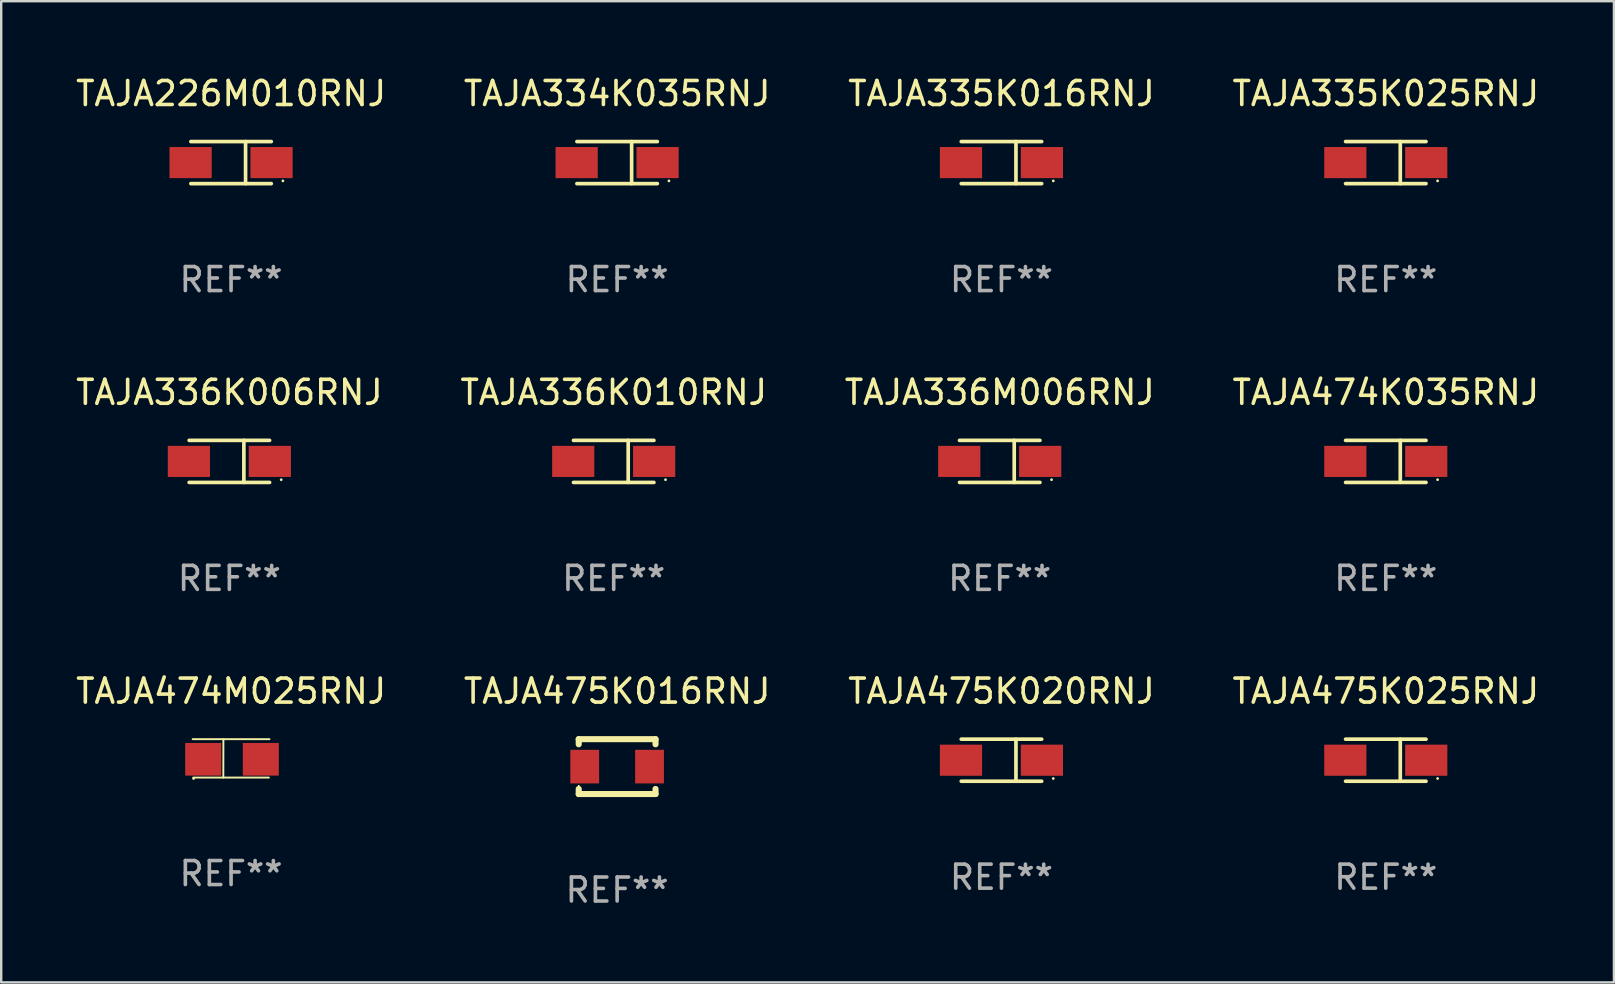
<source format=kicad_pcb>
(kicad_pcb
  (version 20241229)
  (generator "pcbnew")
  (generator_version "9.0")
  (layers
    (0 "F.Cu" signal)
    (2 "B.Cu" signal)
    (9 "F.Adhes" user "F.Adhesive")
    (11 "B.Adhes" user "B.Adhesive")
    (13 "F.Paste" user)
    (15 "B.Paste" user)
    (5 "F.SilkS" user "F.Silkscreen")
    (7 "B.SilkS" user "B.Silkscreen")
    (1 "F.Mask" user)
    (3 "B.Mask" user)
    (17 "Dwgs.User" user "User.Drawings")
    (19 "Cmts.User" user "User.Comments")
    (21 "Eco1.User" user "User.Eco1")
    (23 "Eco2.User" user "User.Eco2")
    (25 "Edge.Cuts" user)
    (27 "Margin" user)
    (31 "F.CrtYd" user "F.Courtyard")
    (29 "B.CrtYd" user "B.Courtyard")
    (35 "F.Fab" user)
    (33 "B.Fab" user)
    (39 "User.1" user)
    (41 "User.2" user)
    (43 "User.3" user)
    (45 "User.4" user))
  (footprint "TAJA335K016RNJ"
    (layer "F.Cu")
    (at 38.673 3.724)
    (property "Reference" "TAJA335K016RNJ" (at 0 -2.876 0) (layer "F.SilkS") (effects (font (size 1 1) (thickness 0.15))))
    (attr through_hole)
    (fp_line (start -1.676 -0.876) (end 1.676 -0.876) (stroke (width 0.152) (type solid)) (layer "F.SilkS"))
    (fp_line (start -1.676 0.876) (end 1.676 0.876) (stroke (width 0.152) (type solid)) (layer "F.SilkS"))
    (fp_line (start 0.604 -0.876) (end 0.604 0.876) (stroke (width 0.152) (type solid)) (layer "F.SilkS"))
    (fp_circle (center 2.159 0.762) (end 2.189 0.762) (stroke (width 0.06) (type solid)) (fill no) (layer "F.SilkS"))
    (fp_text user "REF**" (at 0 4.876 0) (layer "F.Fab") (effects (font (size 1 1) (thickness 0.15))))
    (pad "1" smd rect (at 1.686 0) (size 1.758 1.296) (layers "F.Cu" "F.Mask" "F.Paste"))
    (pad "2" smd rect (at -1.686 0) (size 1.758 1.296) (layers "F.Cu" "F.Mask" "F.Paste")))
  (footprint "TAJA335K025RNJ"
    (layer "F.Cu")
    (at 54.685 3.724)
    (property "Reference" "TAJA335K025RNJ" (at 0 -2.876 0) (layer "F.SilkS") (effects (font (size 1 1) (thickness 0.15))))
    (attr through_hole)
    (fp_line (start -1.676 -0.876) (end 1.676 -0.876) (stroke (width 0.152) (type solid)) (layer "F.SilkS"))
    (fp_line (start -1.676 0.876) (end 1.676 0.876) (stroke (width 0.152) (type solid)) (layer "F.SilkS"))
    (fp_line (start 0.604 -0.876) (end 0.604 0.876) (stroke (width 0.152) (type solid)) (layer "F.SilkS"))
    (fp_circle (center 2.159 0.762) (end 2.189 0.762) (stroke (width 0.06) (type solid)) (fill no) (layer "F.SilkS"))
    (fp_text user "REF**" (at 0 4.876 0) (layer "F.Fab") (effects (font (size 1 1) (thickness 0.15))))
    (pad "1" smd rect (at 1.686 0) (size 1.758 1.296) (layers "F.Cu" "F.Mask" "F.Paste"))
    (pad "2" smd rect (at -1.686 0) (size 1.758 1.296) (layers "F.Cu" "F.Mask" "F.Paste")))
  (footprint "TAJA226M010RNJ"
    (layer "F.Cu")
    (at 6.577 3.724)
    (property "Reference" "TAJA226M010RNJ" (at 0 -2.876 0) (layer "F.SilkS") (effects (font (size 1 1) (thickness 0.15))))
    (attr through_hole)
    (fp_line (start -1.676 -0.876) (end 1.676 -0.876) (stroke (width 0.152) (type solid)) (layer "F.SilkS"))
    (fp_line (start -1.676 0.876) (end 1.676 0.876) (stroke (width 0.152) (type solid)) (layer "F.SilkS"))
    (fp_line (start 0.604 -0.876) (end 0.604 0.876) (stroke (width 0.152) (type solid)) (layer "F.SilkS"))
    (fp_circle (center 2.159 0.762) (end 2.189 0.762) (stroke (width 0.06) (type solid)) (fill no) (layer "F.SilkS"))
    (fp_text user "REF**" (at 0 4.876 0) (layer "F.Fab") (effects (font (size 1 1) (thickness 0.15))))
    (pad "1" smd rect (at 1.686 0) (size 1.758 1.296) (layers "F.Cu" "F.Mask" "F.Paste"))
    (pad "2" smd rect (at -1.686 0) (size 1.758 1.296) (layers "F.Cu" "F.Mask" "F.Paste")))
  (footprint "TAJA475K020RNJ"
    (layer "F.Cu")
    (at 38.673 28.622)
    (property "Reference" "TAJA475K020RNJ" (at 0 -2.876 0) (layer "F.SilkS") (effects (font (size 1 1) (thickness 0.15))))
    (attr through_hole)
    (fp_line (start -1.676 -0.876) (end 1.676 -0.876) (stroke (width 0.152) (type solid)) (layer "F.SilkS"))
    (fp_line (start -1.676 0.876) (end 1.676 0.876) (stroke (width 0.152) (type solid)) (layer "F.SilkS"))
    (fp_line (start 0.604 -0.876) (end 0.604 0.876) (stroke (width 0.152) (type solid)) (layer "F.SilkS"))
    (fp_circle (center 2.159 0.762) (end 2.189 0.762) (stroke (width 0.06) (type solid)) (fill no) (layer "F.SilkS"))
    (fp_text user "REF**" (at 0 4.876 0) (layer "F.Fab") (effects (font (size 1 1) (thickness 0.15))))
    (pad "1" smd rect (at 1.686 0) (size 1.758 1.296) (layers "F.Cu" "F.Mask" "F.Paste"))
    (pad "2" smd rect (at -1.686 0) (size 1.758 1.296) (layers "F.Cu" "F.Mask" "F.Paste")))
  (footprint "TAJA475K016RNJ"
    (layer "F.Cu")
    (at 22.661 28.889)
    (property "Reference" "TAJA475K016RNJ" (at 0 -3.143 0) (layer "F.SilkS") (effects (font (size 1 1) (thickness 0.15))))
    (attr through_hole)
    (fp_line (start -1.6 1.143) (end -0.128 1.143) (stroke (width 0.254) (type solid)) (layer "F.SilkS"))
    (fp_line (start -1.6 -1.143) (end -1.6 -0.931) (stroke (width 0.254) (type solid)) (layer "F.SilkS"))
    (fp_line (start -1.6 -1.143) (end 1.6 -1.143) (stroke (width 0.254) (type solid)) (layer "F.SilkS"))
    (fp_line (start -1.6 0.931) (end -1.6 1.143) (stroke (width 0.254) (type solid)) (layer "F.SilkS"))
    (fp_line (start -0.128 1.143) (end -0.128 1.143) (stroke (width 0.254) (type solid)) (layer "F.SilkS"))
    (fp_line (start -0.128 1.143) (end 1.6 1.143) (stroke (width 0.254) (type solid)) (layer "F.SilkS"))
    (fp_line (start 1.6 -1.143) (end 1.6 -0.931) (stroke (width 0.254) (type solid)) (layer "F.SilkS"))
    (fp_line (start 1.6 0.931) (end 1.6 1.143) (stroke (width 0.254) (type solid)) (layer "F.SilkS"))
    (fp_circle (center -1.6 0.8) (end -1.58 0.8) (stroke (width 0.04) (type solid)) (fill no) (layer "F.SilkS"))
    (fp_text user "REF**" (at 0 5.143 0) (layer "F.Fab") (effects (font (size 1 1) (thickness 0.15))))
    (pad "1" smd rect (at -1.35 0) (size 1.2 1.4) (layers "F.Cu" "F.Mask" "F.Paste"))
    (pad "2" smd rect (at 1.35 0) (size 1.2 1.4) (layers "F.Cu" "F.Mask" "F.Paste")))
  (footprint "TAJA336K010RNJ"
    (layer "F.Cu")
    (at 22.518 16.173)
    (property "Reference" "TAJA336K010RNJ" (at 0 -2.876 0) (layer "F.SilkS") (effects (font (size 1 1) (thickness 0.15))))
    (attr through_hole)
    (fp_line (start -1.676 -0.876) (end 1.676 -0.876) (stroke (width 0.152) (type solid)) (layer "F.SilkS"))
    (fp_line (start -1.676 0.876) (end 1.676 0.876) (stroke (width 0.152) (type solid)) (layer "F.SilkS"))
    (fp_line (start 0.604 -0.876) (end 0.604 0.876) (stroke (width 0.152) (type solid)) (layer "F.SilkS"))
    (fp_circle (center 2.159 0.762) (end 2.189 0.762) (stroke (width 0.06) (type solid)) (fill no) (layer "F.SilkS"))
    (fp_text user "REF**" (at 0 4.876 0) (layer "F.Fab") (effects (font (size 1 1) (thickness 0.15))))
    (pad "1" smd rect (at 1.686 0) (size 1.758 1.296) (layers "F.Cu" "F.Mask" "F.Paste"))
    (pad "2" smd rect (at -1.686 0) (size 1.758 1.296) (layers "F.Cu" "F.Mask" "F.Paste")))
  (footprint "TAJA474M025RNJ"
    (layer "F.Cu")
    (at 6.577 28.546)
    (property "Reference" "TAJA474M025RNJ" (at 0 -2.8 0) (layer "F.SilkS") (effects (font (size 1 1) (thickness 0.15))))
    (attr through_hole)
    (fp_line (start -1.6 -0.8) (end 1.6 -0.8) (stroke (width 0.08) (type solid)) (layer "F.SilkS"))
    (fp_line (start -1.575 0.8) (end 1.575 0.8) (stroke (width 0.08) (type solid)) (layer "F.SilkS"))
    (fp_line (start -0.323 0.8) (end -0.32 -0.8) (stroke (width 0.08) (type solid)) (layer "F.SilkS"))
    (fp_circle (center -1.561 0.838) (end -1.531 0.838) (stroke (width 0.06) (type solid)) (fill no) (layer "F.SilkS"))
    (fp_text user "REF**" (at 0 4.8 0) (layer "F.Fab") (effects (font (size 1 1) (thickness 0.15))))
    (pad "1" smd rect (at -1.161 0.038) (size 1.5 1.359) (layers "F.Cu" "F.Mask" "F.Paste"))
    (pad "2" smd rect (at 1.239 0.038) (size 1.5 1.359) (layers "F.Cu" "F.Mask" "F.Paste")))
  (footprint "TAJA336M006RNJ"
    (layer "F.Cu")
    (at 38.601 16.173)
    (property "Reference" "TAJA336M006RNJ" (at 0 -2.876 0) (layer "F.SilkS") (effects (font (size 1 1) (thickness 0.15))))
    (attr through_hole)
    (fp_line (start -1.676 -0.876) (end 1.676 -0.876) (stroke (width 0.152) (type solid)) (layer "F.SilkS"))
    (fp_line (start -1.676 0.876) (end 1.676 0.876) (stroke (width 0.152) (type solid)) (layer "F.SilkS"))
    (fp_line (start 0.604 -0.876) (end 0.604 0.876) (stroke (width 0.152) (type solid)) (layer "F.SilkS"))
    (fp_circle (center 2.159 0.762) (end 2.189 0.762) (stroke (width 0.06) (type solid)) (fill no) (layer "F.SilkS"))
    (fp_text user "REF**" (at 0 4.876 0) (layer "F.Fab") (effects (font (size 1 1) (thickness 0.15))))
    (pad "1" smd rect (at 1.686 0) (size 1.758 1.296) (layers "F.Cu" "F.Mask" "F.Paste"))
    (pad "2" smd rect (at -1.686 0) (size 1.758 1.296) (layers "F.Cu" "F.Mask" "F.Paste")))
  (footprint "TAJA336K006RNJ"
    (layer "F.Cu")
    (at 6.506 16.173)
    (property "Reference" "TAJA336K006RNJ" (at 0 -2.876 0) (layer "F.SilkS") (effects (font (size 1 1) (thickness 0.15))))
    (attr through_hole)
    (fp_line (start -1.676 -0.876) (end 1.676 -0.876) (stroke (width 0.152) (type solid)) (layer "F.SilkS"))
    (fp_line (start -1.676 0.876) (end 1.676 0.876) (stroke (width 0.152) (type solid)) (layer "F.SilkS"))
    (fp_line (start 0.604 -0.876) (end 0.604 0.876) (stroke (width 0.152) (type solid)) (layer "F.SilkS"))
    (fp_circle (center 2.159 0.762) (end 2.189 0.762) (stroke (width 0.06) (type solid)) (fill no) (layer "F.SilkS"))
    (fp_text user "REF**" (at 0 4.876 0) (layer "F.Fab") (effects (font (size 1 1) (thickness 0.15))))
    (pad "1" smd rect (at 1.686 0) (size 1.758 1.296) (layers "F.Cu" "F.Mask" "F.Paste"))
    (pad "2" smd rect (at -1.686 0) (size 1.758 1.296) (layers "F.Cu" "F.Mask" "F.Paste")))
  (footprint "TAJA474K035RNJ"
    (layer "F.Cu")
    (at 54.685 16.173)
    (property "Reference" "TAJA474K035RNJ" (at 0 -2.876 0) (layer "F.SilkS") (effects (font (size 1 1) (thickness 0.15))))
    (attr through_hole)
    (fp_line (start -1.676 -0.876) (end 1.676 -0.876) (stroke (width 0.152) (type solid)) (layer "F.SilkS"))
    (fp_line (start -1.676 0.876) (end 1.676 0.876) (stroke (width 0.152) (type solid)) (layer "F.SilkS"))
    (fp_line (start 0.604 -0.876) (end 0.604 0.876) (stroke (width 0.152) (type solid)) (layer "F.SilkS"))
    (fp_circle (center 2.159 0.762) (end 2.189 0.762) (stroke (width 0.06) (type solid)) (fill no) (layer "F.SilkS"))
    (fp_text user "REF**" (at 0 4.876 0) (layer "F.Fab") (effects (font (size 1 1) (thickness 0.15))))
    (pad "1" smd rect (at 1.686 0) (size 1.758 1.296) (layers "F.Cu" "F.Mask" "F.Paste"))
    (pad "2" smd rect (at -1.686 0) (size 1.758 1.296) (layers "F.Cu" "F.Mask" "F.Paste")))
  (footprint "TAJA334K035RNJ"
    (layer "F.Cu")
    (at 22.661 3.724)
    (property "Reference" "TAJA334K035RNJ" (at 0 -2.876 0) (layer "F.SilkS") (effects (font (size 1 1) (thickness 0.15))))
    (attr through_hole)
    (fp_line (start -1.676 -0.876) (end 1.676 -0.876) (stroke (width 0.152) (type solid)) (layer "F.SilkS"))
    (fp_line (start -1.676 0.876) (end 1.676 0.876) (stroke (width 0.152) (type solid)) (layer "F.SilkS"))
    (fp_line (start 0.604 -0.876) (end 0.604 0.876) (stroke (width 0.152) (type solid)) (layer "F.SilkS"))
    (fp_circle (center 2.159 0.762) (end 2.189 0.762) (stroke (width 0.06) (type solid)) (fill no) (layer "F.SilkS"))
    (fp_text user "REF**" (at 0 4.876 0) (layer "F.Fab") (effects (font (size 1 1) (thickness 0.15))))
    (pad "1" smd rect (at 1.686 0) (size 1.758 1.296) (layers "F.Cu" "F.Mask" "F.Paste"))
    (pad "2" smd rect (at -1.686 0) (size 1.758 1.296) (layers "F.Cu" "F.Mask" "F.Paste")))
  (footprint "TAJA475K025RNJ"
    (layer "F.Cu")
    (at 54.685 28.622)
    (property "Reference" "TAJA475K025RNJ" (at 0 -2.876 0) (layer "F.SilkS") (effects (font (size 1 1) (thickness 0.15))))
    (attr through_hole)
    (fp_line (start -1.676 -0.876) (end 1.676 -0.876) (stroke (width 0.152) (type solid)) (layer "F.SilkS"))
    (fp_line (start -1.676 0.876) (end 1.676 0.876) (stroke (width 0.152) (type solid)) (layer "F.SilkS"))
    (fp_line (start 0.604 -0.876) (end 0.604 0.876) (stroke (width 0.152) (type solid)) (layer "F.SilkS"))
    (fp_circle (center 2.159 0.762) (end 2.189 0.762) (stroke (width 0.06) (type solid)) (fill no) (layer "F.SilkS"))
    (fp_text user "REF**" (at 0 4.876 0) (layer "F.Fab") (effects (font (size 1 1) (thickness 0.15))))
    (pad "1" smd rect (at 1.686 0) (size 1.758 1.296) (layers "F.Cu" "F.Mask" "F.Paste"))
    (pad "2" smd rect (at -1.686 0) (size 1.758 1.296) (layers "F.Cu" "F.Mask" "F.Paste")))
  (gr_rect
    (start -3 -3)
    (end 64.19 37.88)
    (stroke (width 0.1) (type default))
    (fill no)
    (layer "Edge.Cuts")))
</source>
